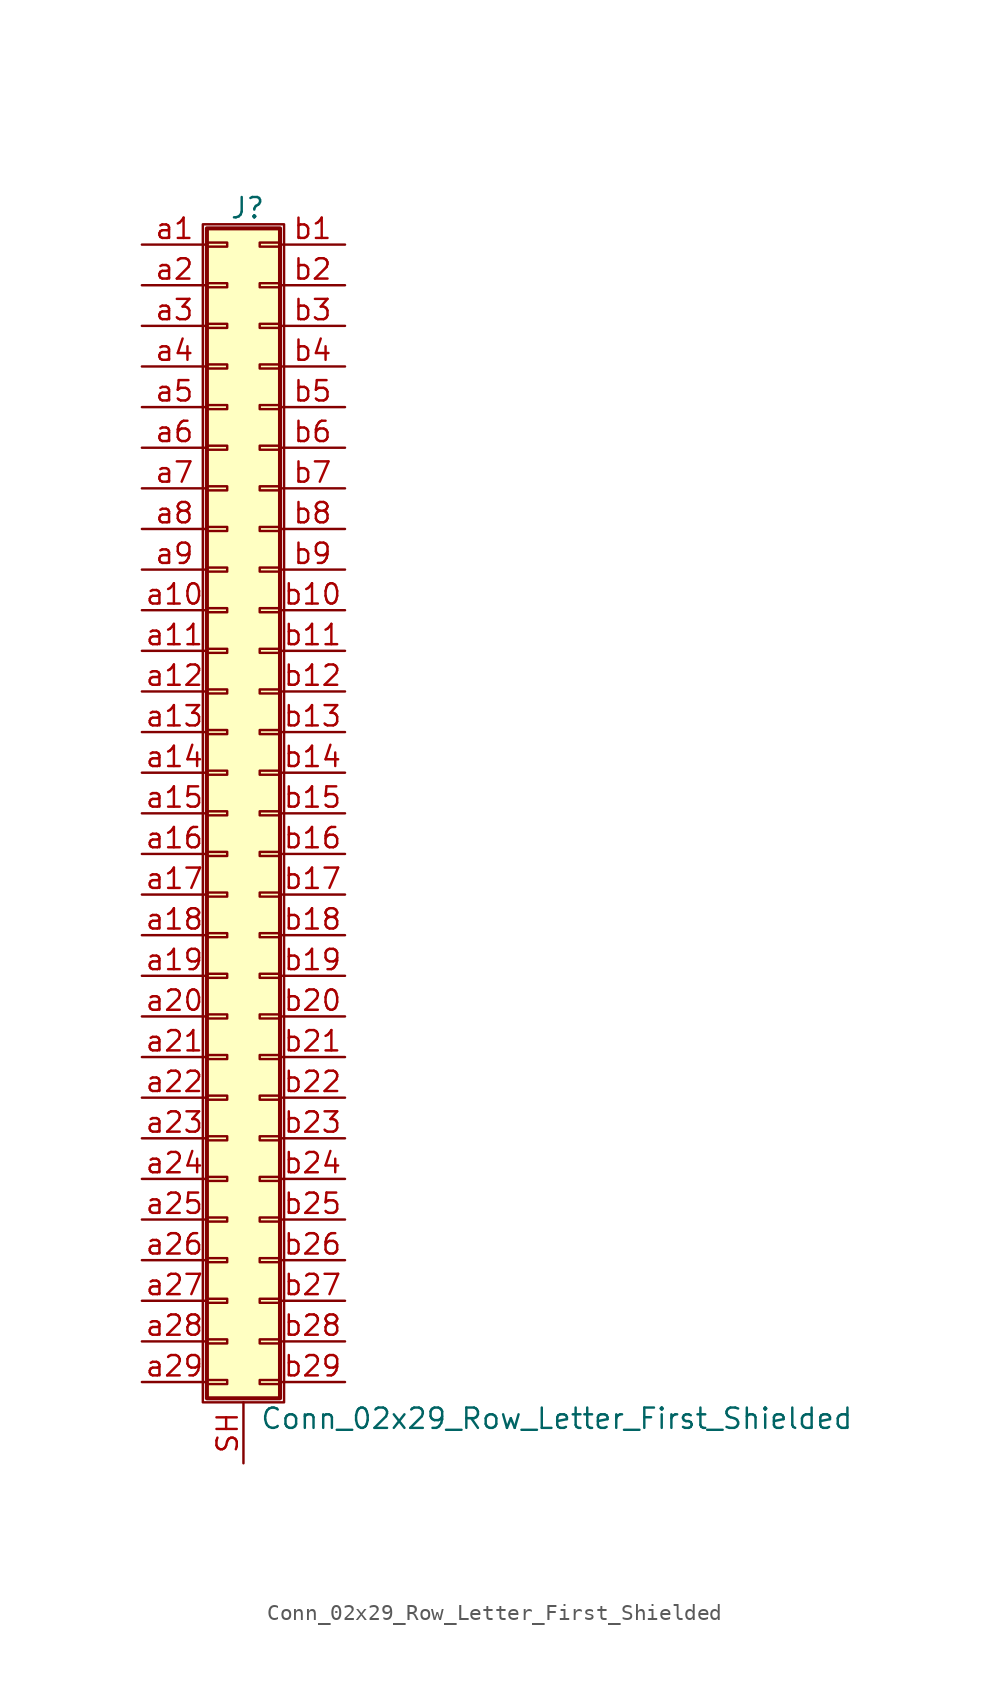
<source format=kicad_sym>
(kicad_symbol_lib
  (version 20201005)
  (generator kicad_symbol_editor)
  (symbol "Conn_02x29_Row_Letter_First_Shielded"
    (pin_names
      (offset 1.016) hide)
    (property "Reference" "J"
      (at 1.524 37.846 0)
      (effects (font (size 1.27 1.27))))
    (property "Value" "Conn_02x29_Row_Letter_First_Shielded"
      (at 2.286 -37.846 0)
      (effects (font (size 1.27 1.27)) (justify left)))
    (symbol "Conn_02x29_Row_Letter_First_Shielded_1_1"
      (rectangle (start -1.27 36.83) (end 3.81 -36.83) (stroke (width 0.152)) (fill (type none)))
      (rectangle (start -1.016 -35.433) (end 0.254 -35.687) (stroke (width 0.152)) (fill (type none)))
      (rectangle (start -1.016 -32.893) (end 0.254 -33.147) (stroke (width 0.152)) (fill (type none)))
      (rectangle (start -1.016 -30.353) (end 0.254 -30.607) (stroke (width 0.152)) (fill (type none)))
      (rectangle (start -1.016 -27.813) (end 0.254 -28.067) (stroke (width 0.152)) (fill (type none)))
      (rectangle (start -1.016 -25.273) (end 0.254 -25.527) (stroke (width 0.152)) (fill (type none)))
      (rectangle (start -1.016 -22.733) (end 0.254 -22.987) (stroke (width 0.152)) (fill (type none)))
      (rectangle (start -1.016 -20.193) (end 0.254 -20.447) (stroke (width 0.152)) (fill (type none)))
      (rectangle (start -1.016 -17.653) (end 0.254 -17.907) (stroke (width 0.152)) (fill (type none)))
      (rectangle (start -1.016 -15.113) (end 0.254 -15.367) (stroke (width 0.152)) (fill (type none)))
      (rectangle (start -1.016 -12.573) (end 0.254 -12.827) (stroke (width 0.152)) (fill (type none)))
      (rectangle (start -1.016 -10.033) (end 0.254 -10.287) (stroke (width 0.152)) (fill (type none)))
      (rectangle (start -1.016 -7.493) (end 0.254 -7.747) (stroke (width 0.152)) (fill (type none)))
      (rectangle (start -1.016 -4.953) (end 0.254 -5.207) (stroke (width 0.152)) (fill (type none)))
      (rectangle (start -1.016 -2.413) (end 0.254 -2.667) (stroke (width 0.152)) (fill (type none)))
      (rectangle (start -1.016 0.127) (end 0.254 -0.127) (stroke (width 0.152)) (fill (type none)))
      (rectangle (start -1.016 2.667) (end 0.254 2.413) (stroke (width 0.152)) (fill (type none)))
      (rectangle (start -1.016 5.207) (end 0.254 4.953) (stroke (width 0.152)) (fill (type none)))
      (rectangle (start -1.016 7.747) (end 0.254 7.493) (stroke (width 0.152)) (fill (type none)))
      (rectangle (start -1.016 10.287) (end 0.254 10.033) (stroke (width 0.152)) (fill (type none)))
      (rectangle (start -1.016 12.827) (end 0.254 12.573) (stroke (width 0.152)) (fill (type none)))
      (rectangle (start -1.016 15.367) (end 0.254 15.113) (stroke (width 0.152)) (fill (type none)))
      (rectangle (start -1.016 17.907) (end 0.254 17.653) (stroke (width 0.152)) (fill (type none)))
      (rectangle (start -1.016 20.447) (end 0.254 20.193) (stroke (width 0.152)) (fill (type none)))
      (rectangle (start -1.016 22.987) (end 0.254 22.733) (stroke (width 0.152)) (fill (type none)))
      (rectangle (start -1.016 25.527) (end 0.254 25.273) (stroke (width 0.152)) (fill (type none)))
      (rectangle (start -1.016 28.067) (end 0.254 27.813) (stroke (width 0.152)) (fill (type none)))
      (rectangle (start -1.016 30.607) (end 0.254 30.353) (stroke (width 0.152)) (fill (type none)))
      (rectangle (start -1.016 33.147) (end 0.254 32.893) (stroke (width 0.152)) (fill (type none)))
      (rectangle (start -1.016 35.687) (end 0.254 35.433) (stroke (width 0.152)) (fill (type none)))
      (rectangle (start 3.556 -35.433) (end 2.286 -35.687) (stroke (width 0.152)) (fill (type none)))
      (rectangle (start 3.556 -32.893) (end 2.286 -33.147) (stroke (width 0.152)) (fill (type none)))
      (rectangle (start 3.556 -30.353) (end 2.286 -30.607) (stroke (width 0.152)) (fill (type none)))
      (rectangle (start 3.556 -27.813) (end 2.286 -28.067) (stroke (width 0.152)) (fill (type none)))
      (rectangle (start 3.556 -25.273) (end 2.286 -25.527) (stroke (width 0.152)) (fill (type none)))
      (rectangle (start 3.556 -22.733) (end 2.286 -22.987) (stroke (width 0.152)) (fill (type none)))
      (rectangle (start 3.556 -20.193) (end 2.286 -20.447) (stroke (width 0.152)) (fill (type none)))
      (rectangle (start 3.556 -17.653) (end 2.286 -17.907) (stroke (width 0.152)) (fill (type none)))
      (rectangle (start 3.556 -15.113) (end 2.286 -15.367) (stroke (width 0.152)) (fill (type none)))
      (rectangle (start 3.556 -12.573) (end 2.286 -12.827) (stroke (width 0.152)) (fill (type none)))
      (rectangle (start 3.556 -10.033) (end 2.286 -10.287) (stroke (width 0.152)) (fill (type none)))
      (rectangle (start 3.556 -7.493) (end 2.286 -7.747) (stroke (width 0.152)) (fill (type none)))
      (rectangle (start 3.556 -4.953) (end 2.286 -5.207) (stroke (width 0.152)) (fill (type none)))
      (rectangle (start 3.556 -2.413) (end 2.286 -2.667) (stroke (width 0.152)) (fill (type none)))
      (rectangle (start 3.556 0.127) (end 2.286 -0.127) (stroke (width 0.152)) (fill (type none)))
      (rectangle (start 3.556 2.667) (end 2.286 2.413) (stroke (width 0.152)) (fill (type none)))
      (rectangle (start 3.556 5.207) (end 2.286 4.953) (stroke (width 0.152)) (fill (type none)))
      (rectangle (start 3.556 7.747) (end 2.286 7.493) (stroke (width 0.152)) (fill (type none)))
      (rectangle (start 3.556 10.287) (end 2.286 10.033) (stroke (width 0.152)) (fill (type none)))
      (rectangle (start 3.556 12.827) (end 2.286 12.573) (stroke (width 0.152)) (fill (type none)))
      (rectangle (start 3.556 15.367) (end 2.286 15.113) (stroke (width 0.152)) (fill (type none)))
      (rectangle (start 3.556 17.907) (end 2.286 17.653) (stroke (width 0.152)) (fill (type none)))
      (rectangle (start 3.556 20.447) (end 2.286 20.193) (stroke (width 0.152)) (fill (type none)))
      (rectangle (start 3.556 22.987) (end 2.286 22.733) (stroke (width 0.152)) (fill (type none)))
      (rectangle (start 3.556 25.527) (end 2.286 25.273) (stroke (width 0.152)) (fill (type none)))
      (rectangle (start 3.556 28.067) (end 2.286 27.813) (stroke (width 0.152)) (fill (type none)))
      (rectangle (start 3.556 30.607) (end 2.286 30.353) (stroke (width 0.152)) (fill (type none)))
      (rectangle (start 3.556 33.147) (end 2.286 32.893) (stroke (width 0.152)) (fill (type none)))
      (rectangle (start 3.556 35.687) (end 2.286 35.433) (stroke (width 0.152)) (fill (type none)))
      (rectangle (start -1.016 36.576) (end 3.556 -36.576) (stroke (width 0.254)) (fill (type background)))
      (pin passive line (at 1.27 -40.64 90) (length 3.81) (name "Shield" (effects (font (size 1.27 1.27)))) (number "SH" (effects (font (size 1.27 1.27)))))
      (pin passive line (at -5.08 35.56 0) (length 4.064) (name "Pin_a1" (effects (font (size 1.27 1.27)))) (number "a1" (effects (font (size 1.27 1.27)))))
      (pin passive line (at -5.08 12.7 0) (length 4.064) (name "Pin_a10" (effects (font (size 1.27 1.27)))) (number "a10" (effects (font (size 1.27 1.27)))))
      (pin passive line (at -5.08 10.16 0) (length 4.064) (name "Pin_a11" (effects (font (size 1.27 1.27)))) (number "a11" (effects (font (size 1.27 1.27)))))
      (pin passive line (at -5.08 7.62 0) (length 4.064) (name "Pin_a12" (effects (font (size 1.27 1.27)))) (number "a12" (effects (font (size 1.27 1.27)))))
      (pin passive line (at -5.08 5.08 0) (length 4.064) (name "Pin_a13" (effects (font (size 1.27 1.27)))) (number "a13" (effects (font (size 1.27 1.27)))))
      (pin passive line (at -5.08 2.54 0) (length 4.064) (name "Pin_a14" (effects (font (size 1.27 1.27)))) (number "a14" (effects (font (size 1.27 1.27)))))
      (pin passive line (at -5.08 0 0) (length 4.064) (name "Pin_a15" (effects (font (size 1.27 1.27)))) (number "a15" (effects (font (size 1.27 1.27)))))
      (pin passive line (at -5.08 -2.54 0) (length 4.064) (name "Pin_a16" (effects (font (size 1.27 1.27)))) (number "a16" (effects (font (size 1.27 1.27)))))
      (pin passive line (at -5.08 -5.08 0) (length 4.064) (name "Pin_a17" (effects (font (size 1.27 1.27)))) (number "a17" (effects (font (size 1.27 1.27)))))
      (pin passive line (at -5.08 -7.62 0) (length 4.064) (name "Pin_a18" (effects (font (size 1.27 1.27)))) (number "a18" (effects (font (size 1.27 1.27)))))
      (pin passive line (at -5.08 -10.16 0) (length 4.064) (name "Pin_a19" (effects (font (size 1.27 1.27)))) (number "a19" (effects (font (size 1.27 1.27)))))
      (pin passive line (at -5.08 33.02 0) (length 4.064) (name "Pin_a2" (effects (font (size 1.27 1.27)))) (number "a2" (effects (font (size 1.27 1.27)))))
      (pin passive line (at -5.08 -12.7 0) (length 4.064) (name "Pin_a20" (effects (font (size 1.27 1.27)))) (number "a20" (effects (font (size 1.27 1.27)))))
      (pin passive line (at -5.08 -15.24 0) (length 4.064) (name "Pin_a21" (effects (font (size 1.27 1.27)))) (number "a21" (effects (font (size 1.27 1.27)))))
      (pin passive line (at -5.08 -17.78 0) (length 4.064) (name "Pin_a22" (effects (font (size 1.27 1.27)))) (number "a22" (effects (font (size 1.27 1.27)))))
      (pin passive line (at -5.08 -20.32 0) (length 4.064) (name "Pin_a23" (effects (font (size 1.27 1.27)))) (number "a23" (effects (font (size 1.27 1.27)))))
      (pin passive line (at -5.08 -22.86 0) (length 4.064) (name "Pin_a24" (effects (font (size 1.27 1.27)))) (number "a24" (effects (font (size 1.27 1.27)))))
      (pin passive line (at -5.08 -25.4 0) (length 4.064) (name "Pin_a25" (effects (font (size 1.27 1.27)))) (number "a25" (effects (font (size 1.27 1.27)))))
      (pin passive line (at -5.08 -27.94 0) (length 4.064) (name "Pin_a26" (effects (font (size 1.27 1.27)))) (number "a26" (effects (font (size 1.27 1.27)))))
      (pin passive line (at -5.08 -30.48 0) (length 4.064) (name "Pin_a27" (effects (font (size 1.27 1.27)))) (number "a27" (effects (font (size 1.27 1.27)))))
      (pin passive line (at -5.08 -33.02 0) (length 4.064) (name "Pin_a28" (effects (font (size 1.27 1.27)))) (number "a28" (effects (font (size 1.27 1.27)))))
      (pin passive line (at -5.08 -35.56 0) (length 4.064) (name "Pin_a29" (effects (font (size 1.27 1.27)))) (number "a29" (effects (font (size 1.27 1.27)))))
      (pin passive line (at -5.08 30.48 0) (length 4.064) (name "Pin_a3" (effects (font (size 1.27 1.27)))) (number "a3" (effects (font (size 1.27 1.27)))))
      (pin passive line (at -5.08 27.94 0) (length 4.064) (name "Pin_a4" (effects (font (size 1.27 1.27)))) (number "a4" (effects (font (size 1.27 1.27)))))
      (pin passive line (at -5.08 25.4 0) (length 4.064) (name "Pin_a5" (effects (font (size 1.27 1.27)))) (number "a5" (effects (font (size 1.27 1.27)))))
      (pin passive line (at -5.08 22.86 0) (length 4.064) (name "Pin_a6" (effects (font (size 1.27 1.27)))) (number "a6" (effects (font (size 1.27 1.27)))))
      (pin passive line (at -5.08 20.32 0) (length 4.064) (name "Pin_a7" (effects (font (size 1.27 1.27)))) (number "a7" (effects (font (size 1.27 1.27)))))
      (pin passive line (at -5.08 17.78 0) (length 4.064) (name "Pin_a8" (effects (font (size 1.27 1.27)))) (number "a8" (effects (font (size 1.27 1.27)))))
      (pin passive line (at -5.08 15.24 0) (length 4.064) (name "Pin_a9" (effects (font (size 1.27 1.27)))) (number "a9" (effects (font (size 1.27 1.27)))))
      (pin passive line (at 7.62 35.56 180) (length 4.064) (name "Pin_b1" (effects (font (size 1.27 1.27)))) (number "b1" (effects (font (size 1.27 1.27)))))
      (pin passive line (at 7.62 12.7 180) (length 4.064) (name "Pin_b10" (effects (font (size 1.27 1.27)))) (number "b10" (effects (font (size 1.27 1.27)))))
      (pin passive line (at 7.62 10.16 180) (length 4.064) (name "Pin_b11" (effects (font (size 1.27 1.27)))) (number "b11" (effects (font (size 1.27 1.27)))))
      (pin passive line (at 7.62 7.62 180) (length 4.064) (name "Pin_b12" (effects (font (size 1.27 1.27)))) (number "b12" (effects (font (size 1.27 1.27)))))
      (pin passive line (at 7.62 5.08 180) (length 4.064) (name "Pin_b13" (effects (font (size 1.27 1.27)))) (number "b13" (effects (font (size 1.27 1.27)))))
      (pin passive line (at 7.62 2.54 180) (length 4.064) (name "Pin_b14" (effects (font (size 1.27 1.27)))) (number "b14" (effects (font (size 1.27 1.27)))))
      (pin passive line (at 7.62 0 180) (length 4.064) (name "Pin_b15" (effects (font (size 1.27 1.27)))) (number "b15" (effects (font (size 1.27 1.27)))))
      (pin passive line (at 7.62 -2.54 180) (length 4.064) (name "Pin_b16" (effects (font (size 1.27 1.27)))) (number "b16" (effects (font (size 1.27 1.27)))))
      (pin passive line (at 7.62 -5.08 180) (length 4.064) (name "Pin_b17" (effects (font (size 1.27 1.27)))) (number "b17" (effects (font (size 1.27 1.27)))))
      (pin passive line (at 7.62 -7.62 180) (length 4.064) (name "Pin_b18" (effects (font (size 1.27 1.27)))) (number "b18" (effects (font (size 1.27 1.27)))))
      (pin passive line (at 7.62 -10.16 180) (length 4.064) (name "Pin_b19" (effects (font (size 1.27 1.27)))) (number "b19" (effects (font (size 1.27 1.27)))))
      (pin passive line (at 7.62 33.02 180) (length 4.064) (name "Pin_b2" (effects (font (size 1.27 1.27)))) (number "b2" (effects (font (size 1.27 1.27)))))
      (pin passive line (at 7.62 -12.7 180) (length 4.064) (name "Pin_b20" (effects (font (size 1.27 1.27)))) (number "b20" (effects (font (size 1.27 1.27)))))
      (pin passive line (at 7.62 -15.24 180) (length 4.064) (name "Pin_b21" (effects (font (size 1.27 1.27)))) (number "b21" (effects (font (size 1.27 1.27)))))
      (pin passive line (at 7.62 -17.78 180) (length 4.064) (name "Pin_b22" (effects (font (size 1.27 1.27)))) (number "b22" (effects (font (size 1.27 1.27)))))
      (pin passive line (at 7.62 -20.32 180) (length 4.064) (name "Pin_b23" (effects (font (size 1.27 1.27)))) (number "b23" (effects (font (size 1.27 1.27)))))
      (pin passive line (at 7.62 -22.86 180) (length 4.064) (name "Pin_b24" (effects (font (size 1.27 1.27)))) (number "b24" (effects (font (size 1.27 1.27)))))
      (pin passive line (at 7.62 -25.4 180) (length 4.064) (name "Pin_b25" (effects (font (size 1.27 1.27)))) (number "b25" (effects (font (size 1.27 1.27)))))
      (pin passive line (at 7.62 -27.94 180) (length 4.064) (name "Pin_b26" (effects (font (size 1.27 1.27)))) (number "b26" (effects (font (size 1.27 1.27)))))
      (pin passive line (at 7.62 -30.48 180) (length 4.064) (name "Pin_b27" (effects (font (size 1.27 1.27)))) (number "b27" (effects (font (size 1.27 1.27)))))
      (pin passive line (at 7.62 -33.02 180) (length 4.064) (name "Pin_b28" (effects (font (size 1.27 1.27)))) (number "b28" (effects (font (size 1.27 1.27)))))
      (pin passive line (at 7.62 -35.56 180) (length 4.064) (name "Pin_b29" (effects (font (size 1.27 1.27)))) (number "b29" (effects (font (size 1.27 1.27)))))
      (pin passive line (at 7.62 30.48 180) (length 4.064) (name "Pin_b3" (effects (font (size 1.27 1.27)))) (number "b3" (effects (font (size 1.27 1.27)))))
      (pin passive line (at 7.62 27.94 180) (length 4.064) (name "Pin_b4" (effects (font (size 1.27 1.27)))) (number "b4" (effects (font (size 1.27 1.27)))))
      (pin passive line (at 7.62 25.4 180) (length 4.064) (name "Pin_b5" (effects (font (size 1.27 1.27)))) (number "b5" (effects (font (size 1.27 1.27)))))
      (pin passive line (at 7.62 22.86 180) (length 4.064) (name "Pin_b6" (effects (font (size 1.27 1.27)))) (number "b6" (effects (font (size 1.27 1.27)))))
      (pin passive line (at 7.62 20.32 180) (length 4.064) (name "Pin_b7" (effects (font (size 1.27 1.27)))) (number "b7" (effects (font (size 1.27 1.27)))))
      (pin passive line (at 7.62 17.78 180) (length 4.064) (name "Pin_b8" (effects (font (size 1.27 1.27)))) (number "b8" (effects (font (size 1.27 1.27)))))
      (pin passive line (at 7.62 15.24 180) (length 4.064) (name "Pin_b9" (effects (font (size 1.27 1.27)))) (number "b9" (effects (font (size 1.27 1.27))))))))
</source>
